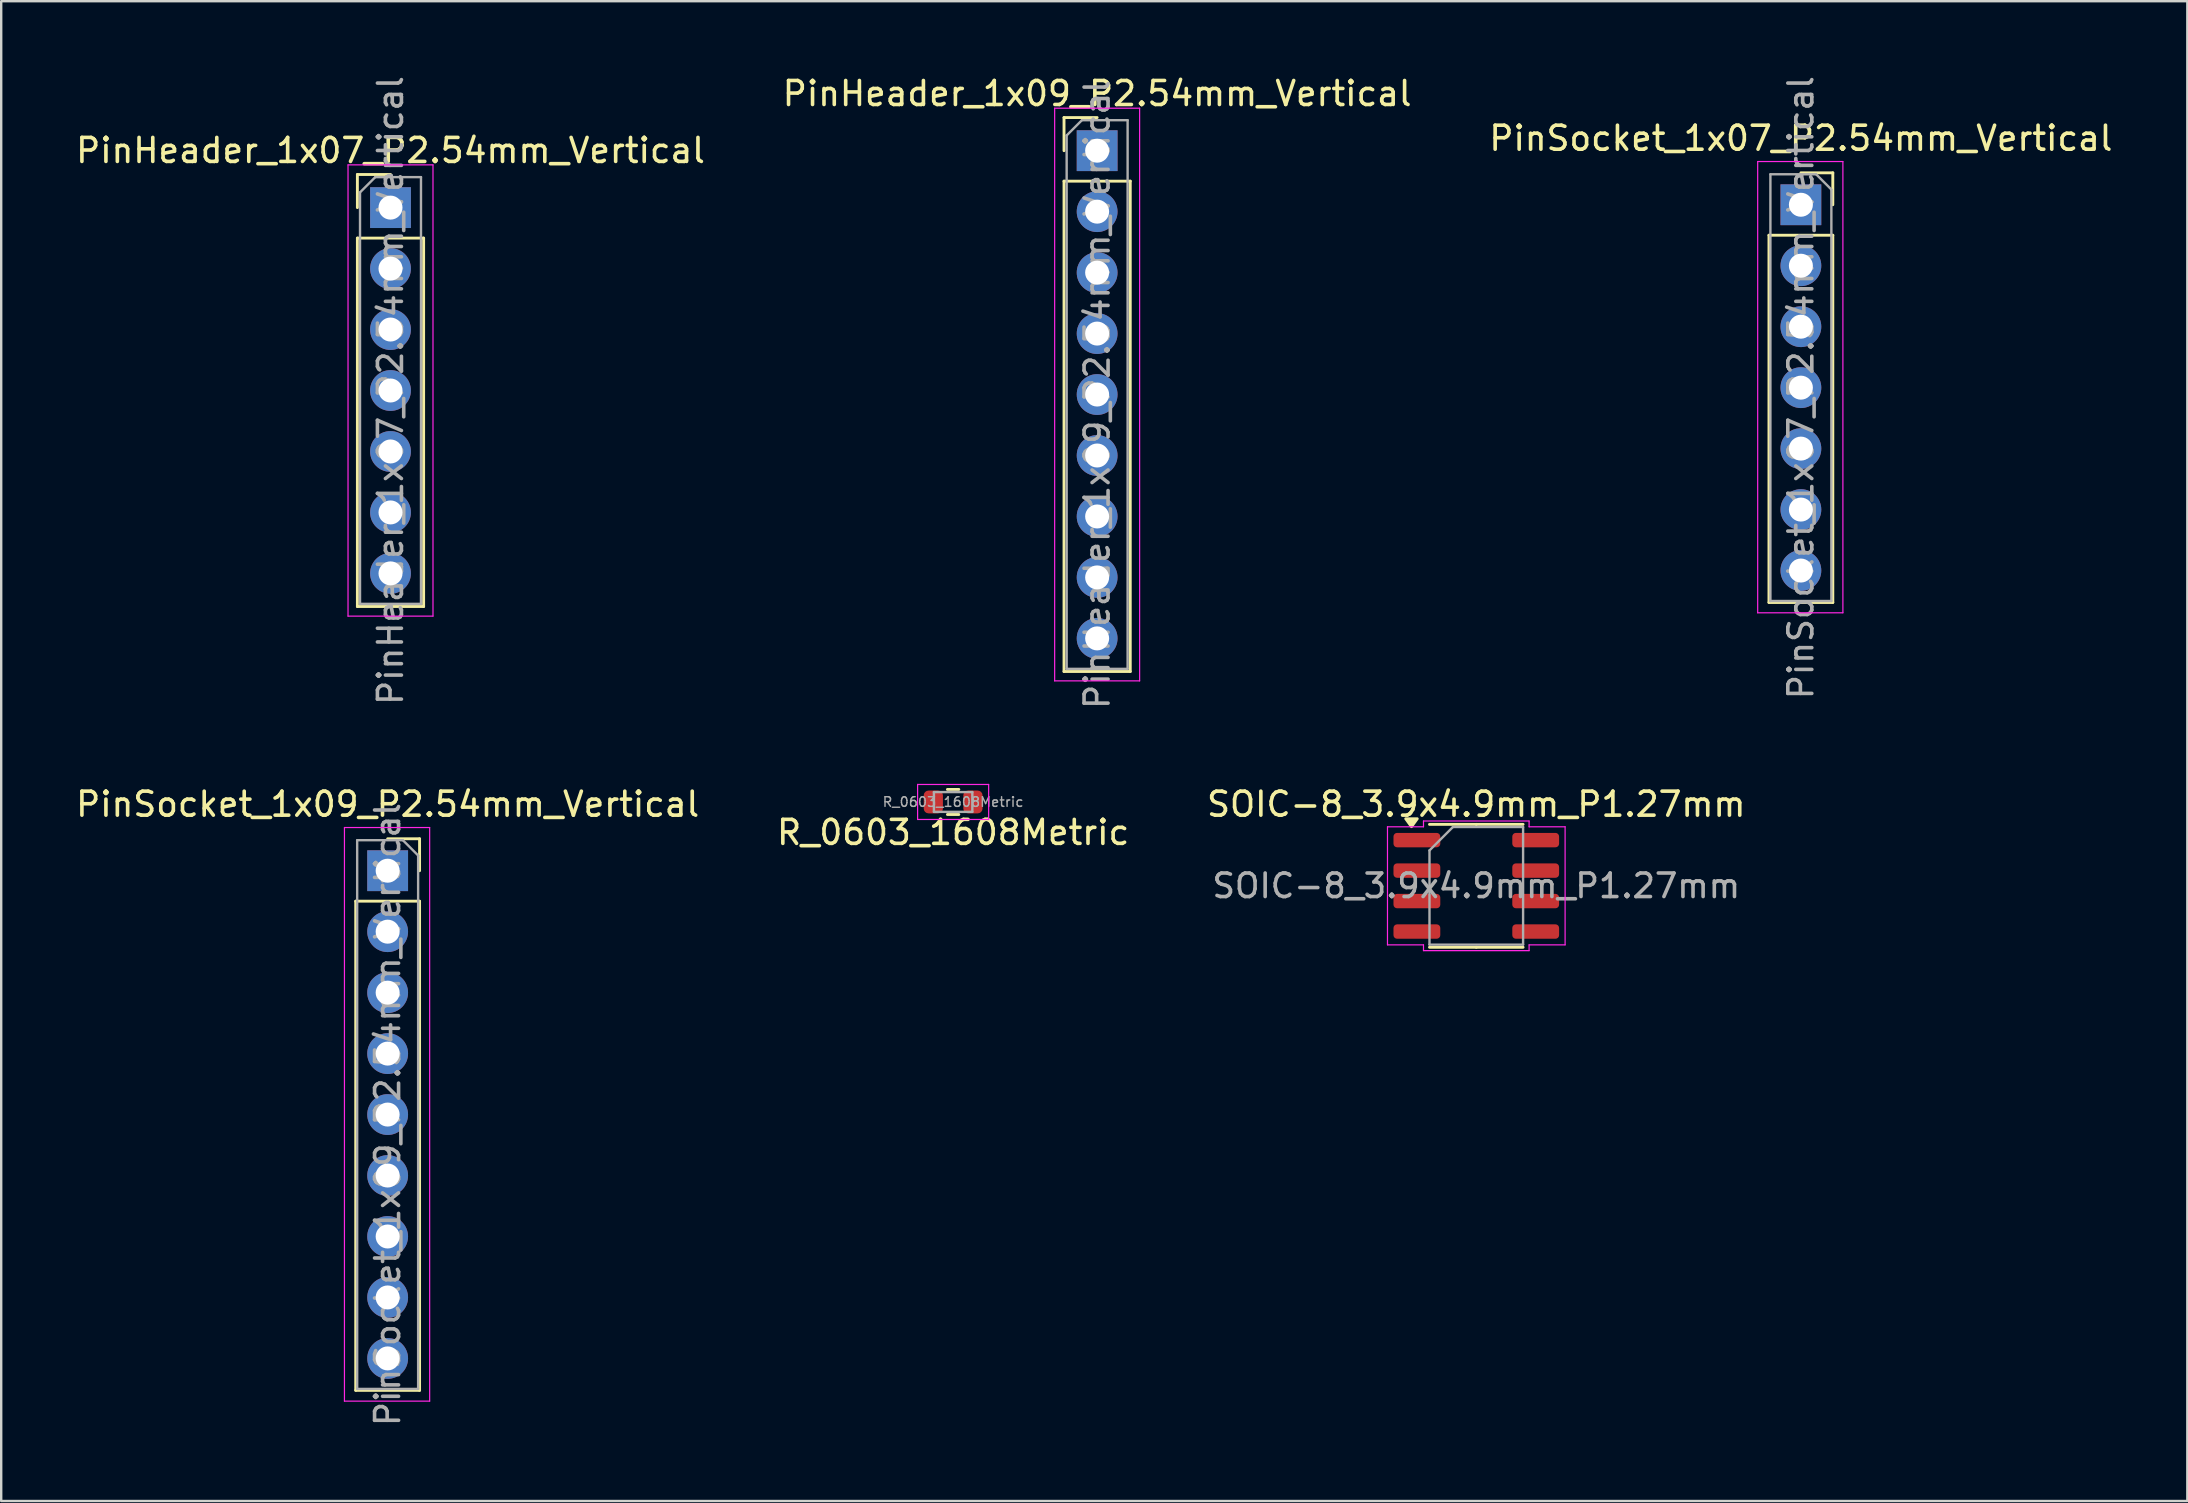
<source format=kicad_pcb>
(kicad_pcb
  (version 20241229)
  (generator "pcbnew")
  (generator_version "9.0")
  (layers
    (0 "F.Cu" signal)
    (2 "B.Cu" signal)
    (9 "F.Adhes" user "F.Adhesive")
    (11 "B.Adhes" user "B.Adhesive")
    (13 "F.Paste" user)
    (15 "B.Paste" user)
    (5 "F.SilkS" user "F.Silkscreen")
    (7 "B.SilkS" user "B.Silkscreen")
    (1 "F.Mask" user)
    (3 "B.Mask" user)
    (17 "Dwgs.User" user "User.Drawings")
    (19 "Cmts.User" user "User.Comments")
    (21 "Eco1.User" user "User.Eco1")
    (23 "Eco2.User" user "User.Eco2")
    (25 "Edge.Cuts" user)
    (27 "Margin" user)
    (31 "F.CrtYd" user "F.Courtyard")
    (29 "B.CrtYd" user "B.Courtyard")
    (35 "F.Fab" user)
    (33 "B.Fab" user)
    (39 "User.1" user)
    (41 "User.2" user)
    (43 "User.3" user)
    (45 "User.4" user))
  (footprint "PinSocket_1x07_P2.54mm_Vertical"
    (layer "F.Cu")
    (at 71.982 5.481)
    (property "Reference" "PinSocket_1x07_P2.54mm_Vertical" (at 0 -2.77 0) (layer "F.SilkS") (effects (font (size 1 1) (thickness 0.15))))
    (attr through_hole)
    (fp_line (start -1.33 1.27) (end -1.33 16.57) (stroke (width 0.12) (type solid)) (layer "F.SilkS"))
    (fp_line (start -1.33 1.27) (end 1.33 1.27) (stroke (width 0.12) (type solid)) (layer "F.SilkS"))
    (fp_line (start -1.33 16.57) (end 1.33 16.57) (stroke (width 0.12) (type solid)) (layer "F.SilkS"))
    (fp_line (start 0 -1.33) (end 1.33 -1.33) (stroke (width 0.12) (type solid)) (layer "F.SilkS"))
    (fp_line (start 1.33 -1.33) (end 1.33 0) (stroke (width 0.12) (type solid)) (layer "F.SilkS"))
    (fp_line (start 1.33 1.27) (end 1.33 16.57) (stroke (width 0.12) (type solid)) (layer "F.SilkS"))
    (fp_line (start -1.8 -1.8) (end 1.75 -1.8) (stroke (width 0.05) (type solid)) (layer "F.CrtYd"))
    (fp_line (start -1.8 17) (end -1.8 -1.8) (stroke (width 0.05) (type solid)) (layer "F.CrtYd"))
    (fp_line (start 1.75 -1.8) (end 1.75 17) (stroke (width 0.05) (type solid)) (layer "F.CrtYd"))
    (fp_line (start 1.75 17) (end -1.8 17) (stroke (width 0.05) (type solid)) (layer "F.CrtYd"))
    (fp_line (start -1.27 -1.27) (end 0.635 -1.27) (stroke (width 0.1) (type solid)) (layer "F.Fab"))
    (fp_line (start -1.27 16.51) (end -1.27 -1.27) (stroke (width 0.1) (type solid)) (layer "F.Fab"))
    (fp_line (start 0.635 -1.27) (end 1.27 -0.635) (stroke (width 0.1) (type solid)) (layer "F.Fab"))
    (fp_line (start 1.27 -0.635) (end 1.27 16.51) (stroke (width 0.1) (type solid)) (layer "F.Fab"))
    (fp_line (start 1.27 16.51) (end -1.27 16.51) (stroke (width 0.1) (type solid)) (layer "F.Fab"))
    (fp_text user "${REFERENCE}" (at 0 7.62 270) (layer "F.Fab") (effects (font (size 1 1) (thickness 0.15))))
    (pad "1" thru_hole rect (at 0 0) (size 1.7 1.7) (drill 1) (layers "*.Cu" "*.Mask"))
    (pad "2" thru_hole circle (at 0 2.54) (size 1.7 1.7) (drill 1) (layers "*.Cu" "*.Mask"))
    (pad "3" thru_hole circle (at 0 5.08) (size 1.7 1.7) (drill 1) (layers "*.Cu" "*.Mask"))
    (pad "4" thru_hole circle (at 0 7.62) (size 1.7 1.7) (drill 1) (layers "*.Cu" "*.Mask"))
    (pad "5" thru_hole circle (at 0 10.16) (size 1.7 1.7) (drill 1) (layers "*.Cu" "*.Mask"))
    (pad "6" thru_hole circle (at 0 12.7) (size 1.7 1.7) (drill 1) (layers "*.Cu" "*.Mask"))
    (pad "7" thru_hole circle (at 0 15.24) (size 1.7 1.7) (drill 1) (layers "*.Cu" "*.Mask")))
  (footprint "PinHeader_1x09_P2.54mm_Vertical"
    (layer "F.Cu")
    (at 42.661 3.228)
    (property "Reference" "PinHeader_1x09_P2.54mm_Vertical" (at 0 -2.38 0) (layer "F.SilkS") (effects (font (size 1 1) (thickness 0.15))))
    (attr through_hole)
    (fp_line (start -1.38 -1.38) (end 0 -1.38) (stroke (width 0.12) (type solid)) (layer "F.SilkS"))
    (fp_line (start -1.38 0) (end -1.38 -1.38) (stroke (width 0.12) (type solid)) (layer "F.SilkS"))
    (fp_line (start -1.38 1.27) (end -1.38 21.7) (stroke (width 0.12) (type solid)) (layer "F.SilkS"))
    (fp_line (start -1.38 1.27) (end 1.38 1.27) (stroke (width 0.12) (type solid)) (layer "F.SilkS"))
    (fp_line (start -1.38 21.7) (end 1.38 21.7) (stroke (width 0.12) (type solid)) (layer "F.SilkS"))
    (fp_line (start 1.38 1.27) (end 1.38 21.7) (stroke (width 0.12) (type solid)) (layer "F.SilkS"))
    (fp_line (start -1.77 -1.77) (end -1.77 22.09) (stroke (width 0.05) (type solid)) (layer "F.CrtYd"))
    (fp_line (start -1.77 22.09) (end 1.77 22.09) (stroke (width 0.05) (type solid)) (layer "F.CrtYd"))
    (fp_line (start 1.77 -1.77) (end -1.77 -1.77) (stroke (width 0.05) (type solid)) (layer "F.CrtYd"))
    (fp_line (start 1.77 22.09) (end 1.77 -1.77) (stroke (width 0.05) (type solid)) (layer "F.CrtYd"))
    (fp_line (start -1.27 -0.635) (end -0.635 -1.27) (stroke (width 0.1) (type solid)) (layer "F.Fab"))
    (fp_line (start -1.27 21.59) (end -1.27 -0.635) (stroke (width 0.1) (type solid)) (layer "F.Fab"))
    (fp_line (start -0.635 -1.27) (end 1.27 -1.27) (stroke (width 0.1) (type solid)) (layer "F.Fab"))
    (fp_line (start 1.27 -1.27) (end 1.27 21.59) (stroke (width 0.1) (type solid)) (layer "F.Fab"))
    (fp_line (start 1.27 21.59) (end -1.27 21.59) (stroke (width 0.1) (type solid)) (layer "F.Fab"))
    (fp_text user "${REFERENCE}" (at 0 10.16 90) (layer "F.Fab") (effects (font (size 1 1) (thickness 0.15))))
    (pad "1" thru_hole rect (at 0 0) (size 1.7 1.7) (drill 1) (layers "*.Cu" "*.Mask"))
    (pad "2" thru_hole circle (at 0 2.54) (size 1.7 1.7) (drill 1) (layers "*.Cu" "*.Mask"))
    (pad "3" thru_hole circle (at 0 5.08) (size 1.7 1.7) (drill 1) (layers "*.Cu" "*.Mask"))
    (pad "4" thru_hole circle (at 0 7.62) (size 1.7 1.7) (drill 1) (layers "*.Cu" "*.Mask"))
    (pad "5" thru_hole circle (at 0 10.16) (size 1.7 1.7) (drill 1) (layers "*.Cu" "*.Mask"))
    (pad "6" thru_hole circle (at 0 12.7) (size 1.7 1.7) (drill 1) (layers "*.Cu" "*.Mask"))
    (pad "7" thru_hole circle (at 0 15.24) (size 1.7 1.7) (drill 1) (layers "*.Cu" "*.Mask"))
    (pad "8" thru_hole circle (at 0 17.78) (size 1.7 1.7) (drill 1) (layers "*.Cu" "*.Mask"))
    (pad "9" thru_hole circle (at 0 20.32) (size 1.7 1.7) (drill 1) (layers "*.Cu" "*.Mask")))
  (footprint "SOIC-8_3.9x4.9mm_P1.27mm"
    (layer "F.Cu")
    (at 58.458 33.857)
    (property "Reference" "SOIC-8_3.9x4.9mm_P1.27mm" (at 0 -3.4 0) (layer "F.SilkS") (effects (font (size 1 1) (thickness 0.15))))
    (attr smd)
    (fp_line (start 0 -2.56) (end -1.95 -2.56) (stroke (width 0.12) (type solid)) (layer "F.SilkS"))
    (fp_line (start 0 -2.56) (end 1.95 -2.56) (stroke (width 0.12) (type solid)) (layer "F.SilkS"))
    (fp_line (start 0 2.56) (end -1.95 2.56) (stroke (width 0.12) (type solid)) (layer "F.SilkS"))
    (fp_line (start 0 2.56) (end 1.95 2.56) (stroke (width 0.12) (type solid)) (layer "F.SilkS"))
    (fp_poly (pts (xy -2.7 -2.465) (xy -2.94 -2.795) (xy -2.46 -2.795)) (stroke (width 0.12) (type solid)) (fill yes) (layer "F.SilkS"))
    (fp_line (start -3.7 -2.46) (end -2.2 -2.46) (stroke (width 0.05) (type solid)) (layer "F.CrtYd"))
    (fp_line (start -3.7 2.46) (end -3.7 -2.46) (stroke (width 0.05) (type solid)) (layer "F.CrtYd"))
    (fp_line (start -2.2 -2.7) (end 2.2 -2.7) (stroke (width 0.05) (type solid)) (layer "F.CrtYd"))
    (fp_line (start -2.2 -2.46) (end -2.2 -2.7) (stroke (width 0.05) (type solid)) (layer "F.CrtYd"))
    (fp_line (start -2.2 2.46) (end -3.7 2.46) (stroke (width 0.05) (type solid)) (layer "F.CrtYd"))
    (fp_line (start -2.2 2.7) (end -2.2 2.46) (stroke (width 0.05) (type solid)) (layer "F.CrtYd"))
    (fp_line (start 2.2 -2.7) (end 2.2 -2.46) (stroke (width 0.05) (type solid)) (layer "F.CrtYd"))
    (fp_line (start 2.2 -2.46) (end 3.7 -2.46) (stroke (width 0.05) (type solid)) (layer "F.CrtYd"))
    (fp_line (start 2.2 2.46) (end 2.2 2.7) (stroke (width 0.05) (type solid)) (layer "F.CrtYd"))
    (fp_line (start 2.2 2.7) (end -2.2 2.7) (stroke (width 0.05) (type solid)) (layer "F.CrtYd"))
    (fp_line (start 3.7 -2.46) (end 3.7 2.46) (stroke (width 0.05) (type solid)) (layer "F.CrtYd"))
    (fp_line (start 3.7 2.46) (end 2.2 2.46) (stroke (width 0.05) (type solid)) (layer "F.CrtYd"))
    (fp_line (start -1.95 -1.475) (end -0.975 -2.45) (stroke (width 0.1) (type solid)) (layer "F.Fab"))
    (fp_line (start -1.95 2.45) (end -1.95 -1.475) (stroke (width 0.1) (type solid)) (layer "F.Fab"))
    (fp_line (start -0.975 -2.45) (end 1.95 -2.45) (stroke (width 0.1) (type solid)) (layer "F.Fab"))
    (fp_line (start 1.95 -2.45) (end 1.95 2.45) (stroke (width 0.1) (type solid)) (layer "F.Fab"))
    (fp_line (start 1.95 2.45) (end -1.95 2.45) (stroke (width 0.1) (type solid)) (layer "F.Fab"))
    (fp_text user "${REFERENCE}" (at 0 0 0) (layer "F.Fab") (effects (font (size 0.98 0.98) (thickness 0.15))))
    (pad "1" smd roundrect (at -2.475 -1.905) (size 1.95 0.6) (layers "F.Cu" "F.Mask" "F.Paste") (roundrect_rratio 0.25))
    (pad "2" smd roundrect (at -2.475 -0.635) (size 1.95 0.6) (layers "F.Cu" "F.Mask" "F.Paste") (roundrect_rratio 0.25))
    (pad "3" smd roundrect (at -2.475 0.635) (size 1.95 0.6) (layers "F.Cu" "F.Mask" "F.Paste") (roundrect_rratio 0.25))
    (pad "4" smd roundrect (at -2.475 1.905) (size 1.95 0.6) (layers "F.Cu" "F.Mask" "F.Paste") (roundrect_rratio 0.25))
    (pad "5" smd roundrect (at 2.475 1.905) (size 1.95 0.6) (layers "F.Cu" "F.Mask" "F.Paste") (roundrect_rratio 0.25))
    (pad "6" smd roundrect (at 2.475 0.635) (size 1.95 0.6) (layers "F.Cu" "F.Mask" "F.Paste") (roundrect_rratio 0.25))
    (pad "7" smd roundrect (at 2.475 -0.635) (size 1.95 0.6) (layers "F.Cu" "F.Mask" "F.Paste") (roundrect_rratio 0.25))
    (pad "8" smd roundrect (at 2.475 -1.905) (size 1.95 0.6) (layers "F.Cu" "F.Mask" "F.Paste") (roundrect_rratio 0.25)))
  (footprint "R_0603_1608Metric"
    (layer "F.Cu")
    (at 36.661 30.363)
    (property "Reference" "R_0603_1608Metric" (at 0 1.27 0) (layer "F.SilkS") (effects (font (size 1 1) (thickness 0.15))))
    (attr smd)
    (fp_line (start -0.237 -0.522) (end 0.237 -0.522) (stroke (width 0.12) (type solid)) (layer "F.SilkS"))
    (fp_line (start -0.237 0.522) (end 0.237 0.522) (stroke (width 0.12) (type solid)) (layer "F.SilkS"))
    (fp_line (start -1.48 -0.73) (end 1.48 -0.73) (stroke (width 0.05) (type solid)) (layer "F.CrtYd"))
    (fp_line (start -1.48 0.73) (end -1.48 -0.73) (stroke (width 0.05) (type solid)) (layer "F.CrtYd"))
    (fp_line (start 1.48 -0.73) (end 1.48 0.73) (stroke (width 0.05) (type solid)) (layer "F.CrtYd"))
    (fp_line (start 1.48 0.73) (end -1.48 0.73) (stroke (width 0.05) (type solid)) (layer "F.CrtYd"))
    (fp_line (start -0.8 -0.412) (end 0.8 -0.412) (stroke (width 0.1) (type solid)) (layer "F.Fab"))
    (fp_line (start -0.8 0.412) (end -0.8 -0.412) (stroke (width 0.1) (type solid)) (layer "F.Fab"))
    (fp_line (start 0.8 -0.412) (end 0.8 0.412) (stroke (width 0.1) (type solid)) (layer "F.Fab"))
    (fp_line (start 0.8 0.412) (end -0.8 0.412) (stroke (width 0.1) (type solid)) (layer "F.Fab"))
    (fp_text user "${REFERENCE}" (at 0 0 0) (layer "F.Fab") (effects (font (size 0.4 0.4) (thickness 0.06))))
    (pad "1" smd roundrect (at -0.825 0) (size 0.8 0.95) (layers "F.Cu" "F.Mask" "F.Paste") (roundrect_rratio 0.25))
    (pad "2" smd roundrect (at 0.825 0) (size 0.8 0.95) (layers "F.Cu" "F.Mask" "F.Paste") (roundrect_rratio 0.25)))
  (footprint "PinHeader_1x07_P2.54mm_Vertical"
    (layer "F.Cu")
    (at 13.22 5.6)
    (property "Reference" "PinHeader_1x07_P2.54mm_Vertical" (at 0 -2.38 180) (layer "F.SilkS") (effects (font (size 1 1) (thickness 0.15))))
    (attr through_hole)
    (fp_line (start -1.38 -1.38) (end 0 -1.38) (stroke (width 0.12) (type solid)) (layer "F.SilkS"))
    (fp_line (start -1.38 0) (end -1.38 -1.38) (stroke (width 0.12) (type solid)) (layer "F.SilkS"))
    (fp_line (start -1.38 1.27) (end -1.38 16.62) (stroke (width 0.12) (type solid)) (layer "F.SilkS"))
    (fp_line (start -1.38 1.27) (end 1.38 1.27) (stroke (width 0.12) (type solid)) (layer "F.SilkS"))
    (fp_line (start -1.38 16.62) (end 1.38 16.62) (stroke (width 0.12) (type solid)) (layer "F.SilkS"))
    (fp_line (start 1.38 1.27) (end 1.38 16.62) (stroke (width 0.12) (type solid)) (layer "F.SilkS"))
    (fp_line (start -1.77 -1.78) (end -1.77 17.02) (stroke (width 0.05) (type solid)) (layer "F.CrtYd"))
    (fp_line (start -1.77 17.02) (end 1.77 17.02) (stroke (width 0.05) (type solid)) (layer "F.CrtYd"))
    (fp_line (start 1.77 -1.78) (end -1.77 -1.78) (stroke (width 0.05) (type solid)) (layer "F.CrtYd"))
    (fp_line (start 1.77 17.02) (end 1.77 -1.78) (stroke (width 0.05) (type solid)) (layer "F.CrtYd"))
    (fp_line (start -1.27 -0.635) (end -0.635 -1.27) (stroke (width 0.1) (type solid)) (layer "F.Fab"))
    (fp_line (start -1.27 16.51) (end -1.27 -0.635) (stroke (width 0.1) (type solid)) (layer "F.Fab"))
    (fp_line (start -0.635 -1.27) (end 1.27 -1.27) (stroke (width 0.1) (type solid)) (layer "F.Fab"))
    (fp_line (start 1.27 -1.27) (end 1.27 16.51) (stroke (width 0.1) (type solid)) (layer "F.Fab"))
    (fp_line (start 1.27 16.51) (end -1.27 16.51) (stroke (width 0.1) (type solid)) (layer "F.Fab"))
    (fp_text user "${REFERENCE}" (at 0 7.62 270) (layer "F.Fab") (effects (font (size 1 1) (thickness 0.15))))
    (pad "1" thru_hole rect (at 0 0) (size 1.7 1.7) (drill 1) (layers "*.Cu" "*.Mask"))
    (pad "2" thru_hole circle (at 0 2.54) (size 1.7 1.7) (drill 1) (layers "*.Cu" "*.Mask"))
    (pad "3" thru_hole circle (at 0 5.08) (size 1.7 1.7) (drill 1) (layers "*.Cu" "*.Mask"))
    (pad "4" thru_hole circle (at 0 7.62) (size 1.7 1.7) (drill 1) (layers "*.Cu" "*.Mask"))
    (pad "5" thru_hole circle (at 0 10.16) (size 1.7 1.7) (drill 1) (layers "*.Cu" "*.Mask"))
    (pad "6" thru_hole circle (at 0 12.7) (size 1.7 1.7) (drill 1) (layers "*.Cu" "*.Mask"))
    (pad "7" thru_hole circle (at 0 15.24) (size 1.7 1.7) (drill 1) (layers "*.Cu" "*.Mask")))
  (footprint "PinSocket_1x09_P2.54mm_Vertical"
    (layer "F.Cu")
    (at 13.101 33.227)
    (property "Reference" "PinSocket_1x09_P2.54mm_Vertical" (at 0 -2.77 180) (layer "F.SilkS") (effects (font (size 1 1) (thickness 0.15))))
    (attr through_hole)
    (fp_line (start -1.33 1.27) (end -1.33 21.65) (stroke (width 0.12) (type solid)) (layer "F.SilkS"))
    (fp_line (start -1.33 1.27) (end 1.33 1.27) (stroke (width 0.12) (type solid)) (layer "F.SilkS"))
    (fp_line (start -1.33 21.65) (end 1.33 21.65) (stroke (width 0.12) (type solid)) (layer "F.SilkS"))
    (fp_line (start 0 -1.33) (end 1.33 -1.33) (stroke (width 0.12) (type solid)) (layer "F.SilkS"))
    (fp_line (start 1.33 -1.33) (end 1.33 0) (stroke (width 0.12) (type solid)) (layer "F.SilkS"))
    (fp_line (start 1.33 1.27) (end 1.33 21.65) (stroke (width 0.12) (type solid)) (layer "F.SilkS"))
    (fp_line (start -1.8 -1.8) (end 1.75 -1.8) (stroke (width 0.05) (type solid)) (layer "F.CrtYd"))
    (fp_line (start -1.8 22.1) (end -1.8 -1.8) (stroke (width 0.05) (type solid)) (layer "F.CrtYd"))
    (fp_line (start 1.75 -1.8) (end 1.75 22.1) (stroke (width 0.05) (type solid)) (layer "F.CrtYd"))
    (fp_line (start 1.75 22.1) (end -1.8 22.1) (stroke (width 0.05) (type solid)) (layer "F.CrtYd"))
    (fp_line (start -1.27 -1.27) (end 0.635 -1.27) (stroke (width 0.1) (type solid)) (layer "F.Fab"))
    (fp_line (start -1.27 21.59) (end -1.27 -1.27) (stroke (width 0.1) (type solid)) (layer "F.Fab"))
    (fp_line (start 0.635 -1.27) (end 1.27 -0.635) (stroke (width 0.1) (type solid)) (layer "F.Fab"))
    (fp_line (start 1.27 -0.635) (end 1.27 21.59) (stroke (width 0.1) (type solid)) (layer "F.Fab"))
    (fp_line (start 1.27 21.59) (end -1.27 21.59) (stroke (width 0.1) (type solid)) (layer "F.Fab"))
    (fp_text user "${REFERENCE}" (at 0 10.16 270) (layer "F.Fab") (effects (font (size 1 1) (thickness 0.15))))
    (pad "1" thru_hole rect (at 0 0) (size 1.7 1.7) (drill 1) (layers "*.Cu" "*.Mask"))
    (pad "2" thru_hole circle (at 0 2.54) (size 1.7 1.7) (drill 1) (layers "*.Cu" "*.Mask"))
    (pad "3" thru_hole circle (at 0 5.08) (size 1.7 1.7) (drill 1) (layers "*.Cu" "*.Mask"))
    (pad "4" thru_hole circle (at 0 7.62) (size 1.7 1.7) (drill 1) (layers "*.Cu" "*.Mask"))
    (pad "5" thru_hole circle (at 0 10.16) (size 1.7 1.7) (drill 1) (layers "*.Cu" "*.Mask"))
    (pad "6" thru_hole circle (at 0 12.7) (size 1.7 1.7) (drill 1) (layers "*.Cu" "*.Mask"))
    (pad "7" thru_hole circle (at 0 15.24) (size 1.7 1.7) (drill 1) (layers "*.Cu" "*.Mask"))
    (pad "8" thru_hole circle (at 0 17.78) (size 1.7 1.7) (drill 1) (layers "*.Cu" "*.Mask"))
    (pad "9" thru_hole circle (at 0 20.32) (size 1.7 1.7) (drill 1) (layers "*.Cu" "*.Mask")))
  (gr_rect
    (start -3 -3)
    (end 88.083 59.488)
    (stroke (width 0.1) (type default))
    (fill no)
    (layer "Edge.Cuts")))
</source>
